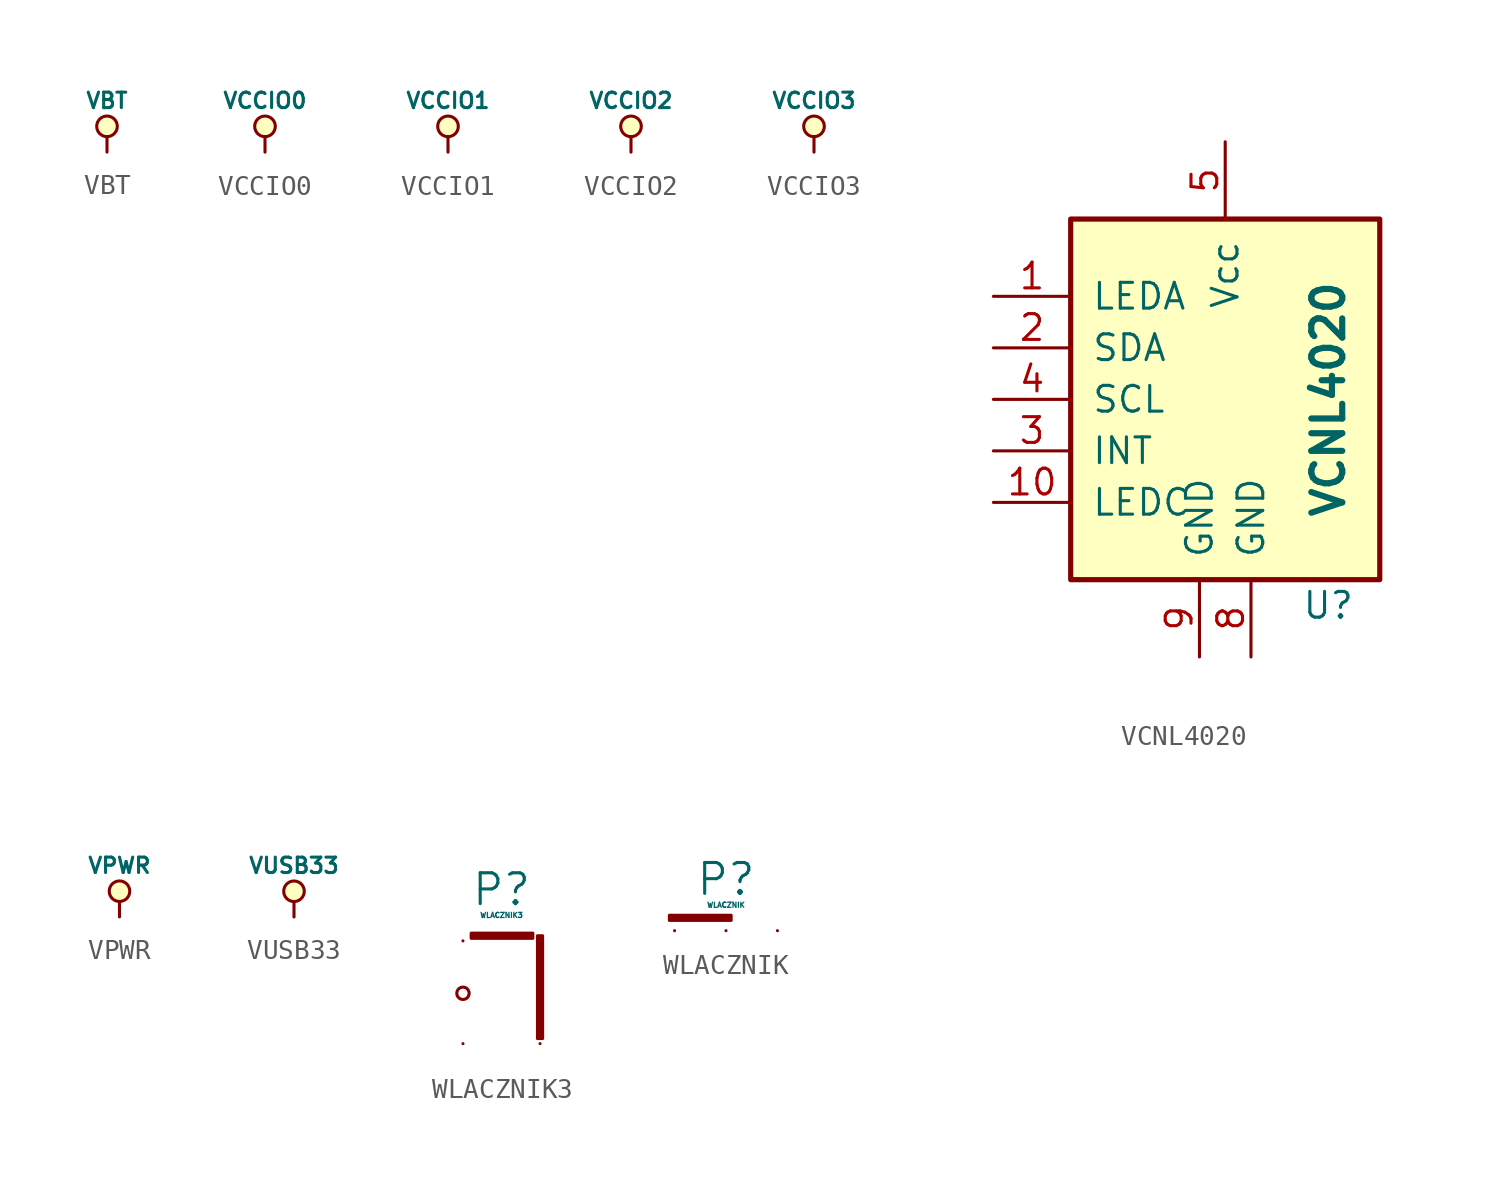
<source format=kicad_sym>
(kicad_symbol_lib
  (version 20231120)
  (generator "kicad_symbol_editor")
  (generator_version "8.0")
  (symbol "VBT"
    (power)
    (pin_names
      (offset 0))
    (property "Reference" "#PWR"
      (at 0 2.54 0)
      (effects (font (size 0.762 0.762)) (hide yes)))
    (property "Value" "VBT"
      (at 0 2.54 0)
      (effects (font (size 0.762 0.762))))
    (property "Footprint" ""
      (at 0 0 0)
      (effects (font (size 1.524 1.524))))
    (property "Datasheet" ""
      (at 0 0 0)
      (effects (font (size 1.524 1.524))))
    (symbol "VBT_0_0"
      (pin power_in line (at 0 0 90) (length 0) hide (name "VBT" (effects (font (size 0.508 0.508)))) (number "1" (effects (font (size 0.508 0.508))))))
    (symbol "VBT_0_1"
      (polyline (pts (xy 0 0) (xy 0 0.762) (xy 0 0.762)) (stroke (width 0) (type default)) (fill (type none)))
      (circle (center 0 1.27) (radius 0.508) (stroke (width 0) (type default)) (fill (type background)))))
  (symbol "VCCIO0"
    (power)
    (pin_names
      (offset 0))
    (property "Reference" "#PWR"
      (at 0 2.54 0)
      (effects (font (size 0.762 0.762)) (hide yes)))
    (property "Value" "VCCIO0"
      (at 0 2.54 0)
      (effects (font (size 0.762 0.762))))
    (property "Footprint" ""
      (at 0 0 0)
      (effects (font (size 1.524 1.524))))
    (property "Datasheet" ""
      (at 0 0 0)
      (effects (font (size 1.524 1.524))))
    (symbol "VCCIO0_0_0"
      (pin power_in line (at 0 0 90) (length 0) hide (name "VCCIO0" (effects (font (size 0.508 0.508)))) (number "1" (effects (font (size 0.508 0.508))))))
    (symbol "VCCIO0_0_1"
      (polyline (pts (xy 0 0) (xy 0 0.762) (xy 0 0.762)) (stroke (width 0) (type default)) (fill (type none)))
      (circle (center 0 1.27) (radius 0.508) (stroke (width 0) (type default)) (fill (type background)))))
  (symbol "VCCIO1"
    (power)
    (pin_names
      (offset 0))
    (property "Reference" "#PWR"
      (at 0 2.54 0)
      (effects (font (size 0.762 0.762)) (hide yes)))
    (property "Value" "VCCIO1"
      (at 0 2.54 0)
      (effects (font (size 0.762 0.762))))
    (property "Footprint" ""
      (at 0 0 0)
      (effects (font (size 1.524 1.524))))
    (property "Datasheet" ""
      (at 0 0 0)
      (effects (font (size 1.524 1.524))))
    (symbol "VCCIO1_0_0"
      (pin power_in line (at 0 0 90) (length 0) hide (name "VCCIO1" (effects (font (size 0.508 0.508)))) (number "1" (effects (font (size 0.508 0.508))))))
    (symbol "VCCIO1_0_1"
      (polyline (pts (xy 0 0) (xy 0 0.762) (xy 0 0.762)) (stroke (width 0) (type default)) (fill (type none)))
      (circle (center 0 1.27) (radius 0.508) (stroke (width 0) (type default)) (fill (type background)))))
  (symbol "VCCIO2"
    (power)
    (pin_names
      (offset 0))
    (property "Reference" "#PWR"
      (at 0 2.54 0)
      (effects (font (size 0.762 0.762)) (hide yes)))
    (property "Value" "VCCIO2"
      (at 0 2.54 0)
      (effects (font (size 0.762 0.762))))
    (property "Footprint" ""
      (at 0 0 0)
      (effects (font (size 1.524 1.524))))
    (property "Datasheet" ""
      (at 0 0 0)
      (effects (font (size 1.524 1.524))))
    (symbol "VCCIO2_0_0"
      (pin power_in line (at 0 0 90) (length 0) hide (name "VCCIO2" (effects (font (size 0.508 0.508)))) (number "1" (effects (font (size 0.508 0.508))))))
    (symbol "VCCIO2_0_1"
      (polyline (pts (xy 0 0) (xy 0 0.762) (xy 0 0.762)) (stroke (width 0) (type default)) (fill (type none)))
      (circle (center 0 1.27) (radius 0.508) (stroke (width 0) (type default)) (fill (type background)))))
  (symbol "VCCIO3"
    (power)
    (pin_names
      (offset 0))
    (property "Reference" "#PWR"
      (at 0 2.54 0)
      (effects (font (size 0.762 0.762)) (hide yes)))
    (property "Value" "VCCIO3"
      (at 0 2.54 0)
      (effects (font (size 0.762 0.762))))
    (property "Footprint" ""
      (at 0 0 0)
      (effects (font (size 1.524 1.524))))
    (property "Datasheet" ""
      (at 0 0 0)
      (effects (font (size 1.524 1.524))))
    (symbol "VCCIO3_0_0"
      (pin power_in line (at 0 0 90) (length 0) hide (name "VCCIO3" (effects (font (size 0.508 0.508)))) (number "1" (effects (font (size 0.508 0.508))))))
    (symbol "VCCIO3_0_1"
      (polyline (pts (xy 0 0) (xy 0 0.762) (xy 0 0.762)) (stroke (width 0) (type default)) (fill (type none)))
      (circle (center 0 1.27) (radius 0.508) (stroke (width 0) (type default)) (fill (type background)))))
  (symbol "VCNL4020"
    (pin_names
      (offset 1.016))
    (property "Reference" "U"
      (at 5.08 -10.16 0)
      (effects (font (size 1.27 1.27))))
    (property "Value" "VCNL4020"
      (at 5.08 0 90)
      (effects (font (size 1.524 1.524) (bold yes))))
    (symbol "VCNL4020_0_1"
      (rectangle (start -7.62 8.89) (end 7.62 -8.89) (stroke (width 0.254) (type default)) (fill (type background))))
    (symbol "VCNL4020_1_1"
      (pin passive line (at -11.43 5.08 0) (length 3.81) (name "LEDA" (effects (font (size 1.27 1.27)))) (number "1" (effects (font (size 1.27 1.27)))))
      (pin passive line (at -11.43 -5.08 0) (length 3.81) (name "LEDC" (effects (font (size 1.27 1.27)))) (number "10" (effects (font (size 1.27 1.27)))))
      (pin passive line (at -11.43 2.54 0) (length 3.81) (name "SDA" (effects (font (size 1.27 1.27)))) (number "2" (effects (font (size 1.27 1.27)))))
      (pin passive line (at -11.43 -2.54 0) (length 3.81) (name "INT" (effects (font (size 1.27 1.27)))) (number "3" (effects (font (size 1.27 1.27)))))
      (pin passive line (at -11.43 0 0) (length 3.81) (name "SCL" (effects (font (size 1.27 1.27)))) (number "4" (effects (font (size 1.27 1.27)))))
      (pin passive line (at 0 12.7 270) (length 3.81) (name "Vcc" (effects (font (size 1.27 1.27)))) (number "5" (effects (font (size 1.27 1.27)))))
      (pin passive line (at 1.27 -12.7 90) (length 3.81) (name "GND" (effects (font (size 1.27 1.27)))) (number "8" (effects (font (size 1.27 1.27)))))
      (pin passive line (at -1.27 -12.7 90) (length 3.81) (name "GND" (effects (font (size 1.27 1.27)))) (number "9" (effects (font (size 1.27 1.27)))))))
  (symbol "VPWR"
    (power)
    (pin_names
      (offset 0))
    (property "Reference" "#PWR"
      (at 0 2.54 0)
      (effects (font (size 0.762 0.762)) (hide yes)))
    (property "Value" "VPWR"
      (at 0 2.54 0)
      (effects (font (size 0.762 0.762))))
    (property "Footprint" ""
      (at 0 0 0)
      (effects (font (size 1.524 1.524))))
    (property "Datasheet" ""
      (at 0 0 0)
      (effects (font (size 1.524 1.524))))
    (symbol "VPWR_0_0"
      (pin power_in line (at 0 0 90) (length 0) hide (name "VPWR" (effects (font (size 0.508 0.508)))) (number "1" (effects (font (size 0.508 0.508))))))
    (symbol "VPWR_0_1"
      (polyline (pts (xy 0 0) (xy 0 0.762) (xy 0 0.762)) (stroke (width 0) (type default)) (fill (type none)))
      (circle (center 0 1.27) (radius 0.508) (stroke (width 0) (type default)) (fill (type background)))))
  (symbol "VUSB33"
    (power)
    (pin_names
      (offset 0))
    (property "Reference" "#PWR"
      (at 0 2.54 0)
      (effects (font (size 0.762 0.762)) (hide yes)))
    (property "Value" "VUSB33"
      (at 0 2.54 0)
      (effects (font (size 0.762 0.762))))
    (property "Footprint" ""
      (at 0 0 0)
      (effects (font (size 1.524 1.524))))
    (property "Datasheet" ""
      (at 0 0 0)
      (effects (font (size 1.524 1.524))))
    (symbol "VUSB33_0_1"
      (polyline (pts (xy 0 0) (xy 0 0.762) (xy 0 0.762)) (stroke (width 0) (type default)) (fill (type none)))
      (circle (center 0 1.27) (radius 0.508) (stroke (width 0) (type default)) (fill (type background))))
    (symbol "VUSB33_1_0"
      (pin power_in line (at 0 0 90) (length 0) hide (name "VUSB33" (effects (font (size 0.508 0.508)))) (number "1" (effects (font (size 0.508 0.508)))))))
  (symbol "WLACZNIK3"
    (pin_numbers hide)
    (pin_names
      (offset 0) hide)
    (property "Reference" "P"
      (at 1.905 2.54 0)
      (effects (font (size 1.524 1.524))))
    (property "Value" "WLACZNIK3"
      (at 1.905 1.27 0)
      (effects (font (size 0.254 0.254))))
    (property "Footprint" ""
      (at 0 0 0)
      (effects (font (size 1.524 1.524))))
    (property "Datasheet" ""
      (at 0 0 0)
      (effects (font (size 1.524 1.524))))
    (symbol "WLACZNIK3_0_1"
      (circle (center 0 -2.591) (radius 0.305) (stroke (width 0) (type default)) (fill (type none)))
      (rectangle (start 0.406 0.381) (end 3.454 0.127) (stroke (width 0) (type default)) (fill (type none)))
      (rectangle (start 0.457 0.33) (end 3.404 0.178) (stroke (width 0) (type default)) (fill (type none)))
      (rectangle (start 3.683 -4.826) (end 3.937 0.254) (stroke (width 0) (type default)) (fill (type none)))
      (rectangle (start 3.734 0.203) (end 3.886 -4.775) (stroke (width 0) (type default)) (fill (type none))))
    (symbol "WLACZNIK3_1_1"
      (pin passive line (at 0 0 0) (length 0) (name "~" (effects (font (size 1.27 1.27)))) (number "1" (effects (font (size 1.27 1.27)))))
      (pin input line (at 3.81 -5.08 0) (length 0) (name "~" (effects (font (size 1.27 1.27)))) (number "2" (effects (font (size 1.27 1.27)))))
      (pin passive line (at 0 -5.08 0) (length 0) (name "~" (effects (font (size 1.27 1.27)))) (number "3" (effects (font (size 1.27 1.27)))))))
  (symbol "WLACZNIK"
    (pin_numbers hide)
    (pin_names
      (offset 0) hide)
    (property "Reference" "P"
      (at 0 2.54 0)
      (effects (font (size 1.524 1.524))))
    (property "Value" "WLACZNIK"
      (at 0 1.27 0)
      (effects (font (size 0.254 0.254))))
    (property "Footprint" ""
      (at 0 0 0)
      (effects (font (size 1.524 1.524))))
    (property "Datasheet" ""
      (at 0 0 0)
      (effects (font (size 1.524 1.524))))
    (symbol "WLACZNIK_0_1"
      (rectangle (start -2.794 0.762) (end 0.254 0.508) (stroke (width 0) (type default)) (fill (type none)))
      (rectangle (start -2.743 0.711) (end 0.203 0.559) (stroke (width 0) (type default)) (fill (type none))))
    (symbol "WLACZNIK_1_1"
      (pin passive line (at 2.54 0 0) (length 0) (name "~" (effects (font (size 1.27 1.27)))) (number "1" (effects (font (size 1.27 1.27)))))
      (pin passive line (at 0 0 0) (length 0) (name "~" (effects (font (size 1.27 1.27)))) (number "2" (effects (font (size 1.27 1.27)))))
      (pin passive line (at -2.54 0 0) (length 0) (name "~" (effects (font (size 1.27 1.27)))) (number "3" (effects (font (size 1.27 1.27))))))))
</source>
